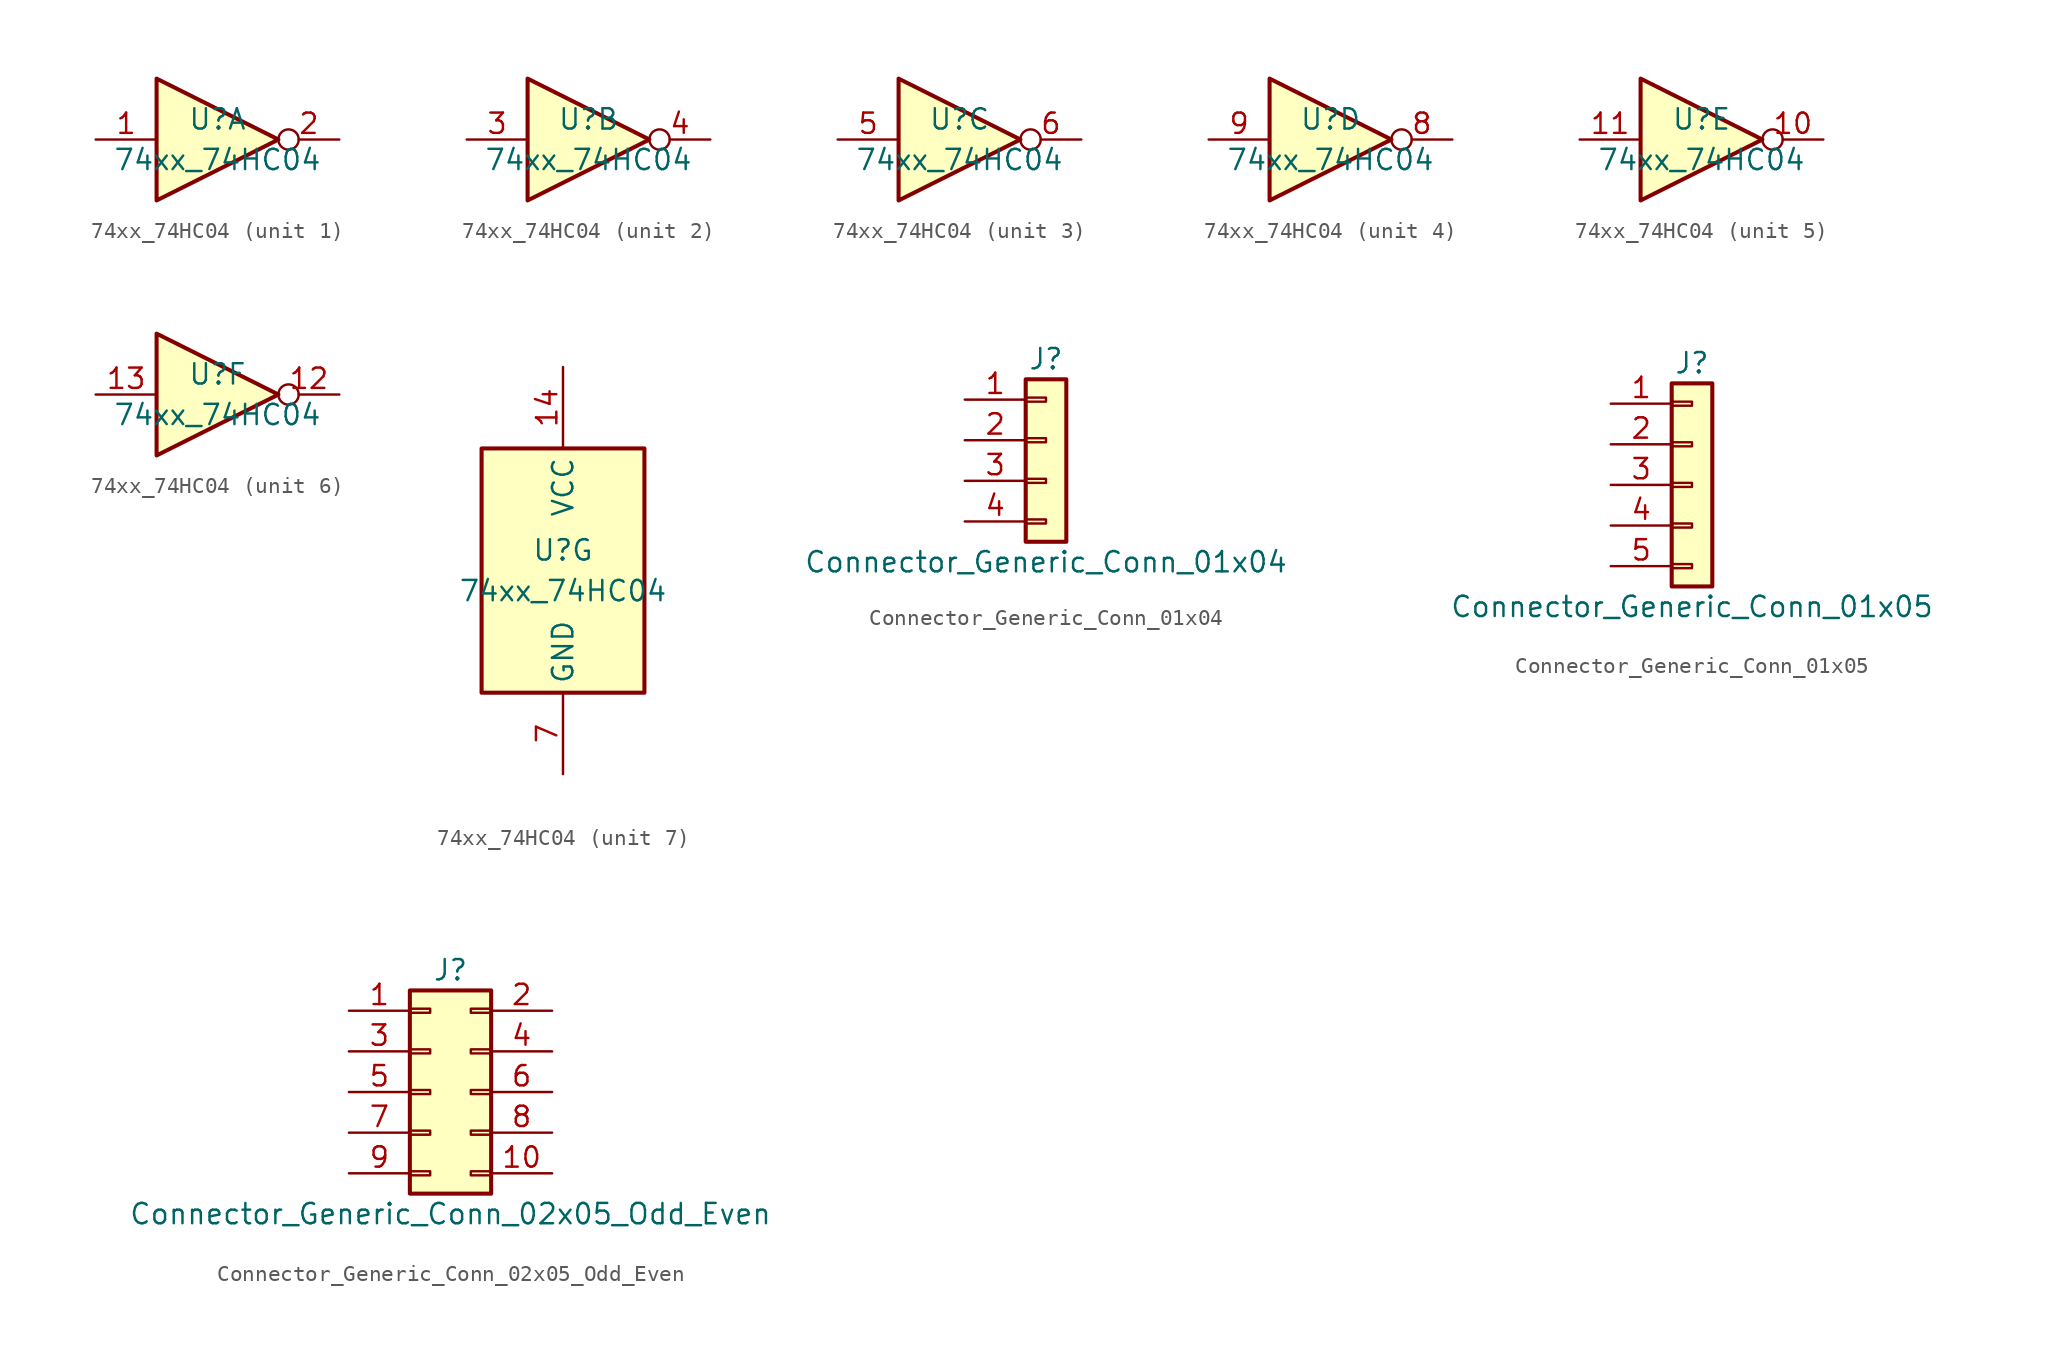
<source format=kicad_sym>
(kicad_symbol_lib
  (version 20210619)
  (generator kicad_symbol_editor)
  (symbol "OpenFlops:74xx_74HC04"
    (property "Reference" "U"
      (at 0 1.27 0)
      (effects (font (size 1.27 1.27))))
    (property "Value" "74xx_74HC04"
      (at 0 -1.27 0)
      (effects (font (size 1.27 1.27))))
    (property "ki_locked" ""
      (at 0 0 0)
      (effects (font (size 1.27 1.27))))
    (symbol "74xx_74HC04_1_0"
      (polyline (pts (xy -3.81 3.81) (xy -3.81 -3.81) (xy 3.81 0) (xy -3.81 3.81)) (stroke (width 0.254)) (fill (type background)))
      (pin input line (at -7.62 0 0) (length 3.81) (name "~" (effects (font (size 1.27 1.27)))) (number "1" (effects (font (size 1.27 1.27)))))
      (pin output inverted (at 7.62 0 180) (length 3.81) (name "~" (effects (font (size 1.27 1.27)))) (number "2" (effects (font (size 1.27 1.27))))))
    (symbol "74xx_74HC04_2_0"
      (polyline (pts (xy -3.81 3.81) (xy -3.81 -3.81) (xy 3.81 0) (xy -3.81 3.81)) (stroke (width 0.254)) (fill (type background)))
      (pin input line (at -7.62 0 0) (length 3.81) (name "~" (effects (font (size 1.27 1.27)))) (number "3" (effects (font (size 1.27 1.27)))))
      (pin output inverted (at 7.62 0 180) (length 3.81) (name "~" (effects (font (size 1.27 1.27)))) (number "4" (effects (font (size 1.27 1.27))))))
    (symbol "74xx_74HC04_3_0"
      (polyline (pts (xy -3.81 3.81) (xy -3.81 -3.81) (xy 3.81 0) (xy -3.81 3.81)) (stroke (width 0.254)) (fill (type background)))
      (pin input line (at -7.62 0 0) (length 3.81) (name "~" (effects (font (size 1.27 1.27)))) (number "5" (effects (font (size 1.27 1.27)))))
      (pin output inverted (at 7.62 0 180) (length 3.81) (name "~" (effects (font (size 1.27 1.27)))) (number "6" (effects (font (size 1.27 1.27))))))
    (symbol "74xx_74HC04_4_0"
      (polyline (pts (xy -3.81 3.81) (xy -3.81 -3.81) (xy 3.81 0) (xy -3.81 3.81)) (stroke (width 0.254)) (fill (type background)))
      (pin output inverted (at 7.62 0 180) (length 3.81) (name "~" (effects (font (size 1.27 1.27)))) (number "8" (effects (font (size 1.27 1.27)))))
      (pin input line (at -7.62 0 0) (length 3.81) (name "~" (effects (font (size 1.27 1.27)))) (number "9" (effects (font (size 1.27 1.27))))))
    (symbol "74xx_74HC04_5_0"
      (polyline (pts (xy -3.81 3.81) (xy -3.81 -3.81) (xy 3.81 0) (xy -3.81 3.81)) (stroke (width 0.254)) (fill (type background)))
      (pin output inverted (at 7.62 0 180) (length 3.81) (name "~" (effects (font (size 1.27 1.27)))) (number "10" (effects (font (size 1.27 1.27)))))
      (pin input line (at -7.62 0 0) (length 3.81) (name "~" (effects (font (size 1.27 1.27)))) (number "11" (effects (font (size 1.27 1.27))))))
    (symbol "74xx_74HC04_6_0"
      (polyline (pts (xy -3.81 3.81) (xy -3.81 -3.81) (xy 3.81 0) (xy -3.81 3.81)) (stroke (width 0.254)) (fill (type background)))
      (pin output inverted (at 7.62 0 180) (length 3.81) (name "~" (effects (font (size 1.27 1.27)))) (number "12" (effects (font (size 1.27 1.27)))))
      (pin input line (at -7.62 0 0) (length 3.81) (name "~" (effects (font (size 1.27 1.27)))) (number "13" (effects (font (size 1.27 1.27))))))
    (symbol "74xx_74HC04_7_0"
      (pin power_in line (at 0 12.7 270) (length 5.08) (name "VCC" (effects (font (size 1.27 1.27)))) (number "14" (effects (font (size 1.27 1.27)))))
      (pin power_in line (at 0 -12.7 90) (length 5.08) (name "GND" (effects (font (size 1.27 1.27)))) (number "7" (effects (font (size 1.27 1.27))))))
    (symbol "74xx_74HC04_7_1"
      (rectangle (start -5.08 7.62) (end 5.08 -7.62) (stroke (width 0.254)) (fill (type background)))))
  (symbol "OpenFlops:Connector_Generic_Conn_01x04"
    (pin_names
      (offset 1.016) hide)
    (property "Reference" "J"
      (at 0 5.08 0)
      (effects (font (size 1.27 1.27))))
    (property "Value" "Connector_Generic_Conn_01x04"
      (at 0 -7.62 0)
      (effects (font (size 1.27 1.27))))
    (symbol "Connector_Generic_Conn_01x04_1_1"
      (rectangle (start -1.27 -4.953) (end 0 -5.207) (stroke (width 0.152)) (fill (type none)))
      (rectangle (start -1.27 -2.413) (end 0 -2.667) (stroke (width 0.152)) (fill (type none)))
      (rectangle (start -1.27 0.127) (end 0 -0.127) (stroke (width 0.152)) (fill (type none)))
      (rectangle (start -1.27 2.667) (end 0 2.413) (stroke (width 0.152)) (fill (type none)))
      (rectangle (start -1.27 3.81) (end 1.27 -6.35) (stroke (width 0.254)) (fill (type background)))
      (pin passive line (at -5.08 2.54 0) (length 3.81) (name "Pin_1" (effects (font (size 1.27 1.27)))) (number "1" (effects (font (size 1.27 1.27)))))
      (pin passive line (at -5.08 0 0) (length 3.81) (name "Pin_2" (effects (font (size 1.27 1.27)))) (number "2" (effects (font (size 1.27 1.27)))))
      (pin passive line (at -5.08 -2.54 0) (length 3.81) (name "Pin_3" (effects (font (size 1.27 1.27)))) (number "3" (effects (font (size 1.27 1.27)))))
      (pin passive line (at -5.08 -5.08 0) (length 3.81) (name "Pin_4" (effects (font (size 1.27 1.27)))) (number "4" (effects (font (size 1.27 1.27)))))))
  (symbol "OpenFlops:Connector_Generic_Conn_01x05"
    (pin_names
      (offset 1.016) hide)
    (property "Reference" "J"
      (at 0 7.62 0)
      (effects (font (size 1.27 1.27))))
    (property "Value" "Connector_Generic_Conn_01x05"
      (at 0 -7.62 0)
      (effects (font (size 1.27 1.27))))
    (symbol "Connector_Generic_Conn_01x05_1_1"
      (rectangle (start -1.27 -4.953) (end 0 -5.207) (stroke (width 0.152)) (fill (type none)))
      (rectangle (start -1.27 -2.413) (end 0 -2.667) (stroke (width 0.152)) (fill (type none)))
      (rectangle (start -1.27 0.127) (end 0 -0.127) (stroke (width 0.152)) (fill (type none)))
      (rectangle (start -1.27 2.667) (end 0 2.413) (stroke (width 0.152)) (fill (type none)))
      (rectangle (start -1.27 5.207) (end 0 4.953) (stroke (width 0.152)) (fill (type none)))
      (rectangle (start -1.27 6.35) (end 1.27 -6.35) (stroke (width 0.254)) (fill (type background)))
      (pin passive line (at -5.08 5.08 0) (length 3.81) (name "Pin_1" (effects (font (size 1.27 1.27)))) (number "1" (effects (font (size 1.27 1.27)))))
      (pin passive line (at -5.08 2.54 0) (length 3.81) (name "Pin_2" (effects (font (size 1.27 1.27)))) (number "2" (effects (font (size 1.27 1.27)))))
      (pin passive line (at -5.08 0 0) (length 3.81) (name "Pin_3" (effects (font (size 1.27 1.27)))) (number "3" (effects (font (size 1.27 1.27)))))
      (pin passive line (at -5.08 -2.54 0) (length 3.81) (name "Pin_4" (effects (font (size 1.27 1.27)))) (number "4" (effects (font (size 1.27 1.27)))))
      (pin passive line (at -5.08 -5.08 0) (length 3.81) (name "Pin_5" (effects (font (size 1.27 1.27)))) (number "5" (effects (font (size 1.27 1.27)))))))
  (symbol "OpenFlops:Connector_Generic_Conn_02x05_Odd_Even"
    (pin_names
      (offset 1.016) hide)
    (property "Reference" "J"
      (at 1.27 7.62 0)
      (effects (font (size 1.27 1.27))))
    (property "Value" "Connector_Generic_Conn_02x05_Odd_Even"
      (at 1.27 -7.62 0)
      (effects (font (size 1.27 1.27))))
    (symbol "Connector_Generic_Conn_02x05_Odd_Even_1_1"
      (rectangle (start -1.27 -4.953) (end 0 -5.207) (stroke (width 0.152)) (fill (type none)))
      (rectangle (start -1.27 -2.413) (end 0 -2.667) (stroke (width 0.152)) (fill (type none)))
      (rectangle (start -1.27 0.127) (end 0 -0.127) (stroke (width 0.152)) (fill (type none)))
      (rectangle (start -1.27 2.667) (end 0 2.413) (stroke (width 0.152)) (fill (type none)))
      (rectangle (start -1.27 5.207) (end 0 4.953) (stroke (width 0.152)) (fill (type none)))
      (rectangle (start 3.81 -4.953) (end 2.54 -5.207) (stroke (width 0.152)) (fill (type none)))
      (rectangle (start 3.81 -2.413) (end 2.54 -2.667) (stroke (width 0.152)) (fill (type none)))
      (rectangle (start 3.81 0.127) (end 2.54 -0.127) (stroke (width 0.152)) (fill (type none)))
      (rectangle (start 3.81 2.667) (end 2.54 2.413) (stroke (width 0.152)) (fill (type none)))
      (rectangle (start 3.81 5.207) (end 2.54 4.953) (stroke (width 0.152)) (fill (type none)))
      (rectangle (start -1.27 6.35) (end 3.81 -6.35) (stroke (width 0.254)) (fill (type background)))
      (pin passive line (at -5.08 5.08 0) (length 3.81) (name "Pin_1" (effects (font (size 1.27 1.27)))) (number "1" (effects (font (size 1.27 1.27)))))
      (pin passive line (at 7.62 -5.08 180) (length 3.81) (name "Pin_10" (effects (font (size 1.27 1.27)))) (number "10" (effects (font (size 1.27 1.27)))))
      (pin passive line (at 7.62 5.08 180) (length 3.81) (name "Pin_2" (effects (font (size 1.27 1.27)))) (number "2" (effects (font (size 1.27 1.27)))))
      (pin passive line (at -5.08 2.54 0) (length 3.81) (name "Pin_3" (effects (font (size 1.27 1.27)))) (number "3" (effects (font (size 1.27 1.27)))))
      (pin passive line (at 7.62 2.54 180) (length 3.81) (name "Pin_4" (effects (font (size 1.27 1.27)))) (number "4" (effects (font (size 1.27 1.27)))))
      (pin passive line (at -5.08 0 0) (length 3.81) (name "Pin_5" (effects (font (size 1.27 1.27)))) (number "5" (effects (font (size 1.27 1.27)))))
      (pin passive line (at 7.62 0 180) (length 3.81) (name "Pin_6" (effects (font (size 1.27 1.27)))) (number "6" (effects (font (size 1.27 1.27)))))
      (pin passive line (at -5.08 -2.54 0) (length 3.81) (name "Pin_7" (effects (font (size 1.27 1.27)))) (number "7" (effects (font (size 1.27 1.27)))))
      (pin passive line (at 7.62 -2.54 180) (length 3.81) (name "Pin_8" (effects (font (size 1.27 1.27)))) (number "8" (effects (font (size 1.27 1.27)))))
      (pin passive line (at -5.08 -5.08 0) (length 3.81) (name "Pin_9" (effects (font (size 1.27 1.27)))) (number "9" (effects (font (size 1.27 1.27))))))))
</source>
